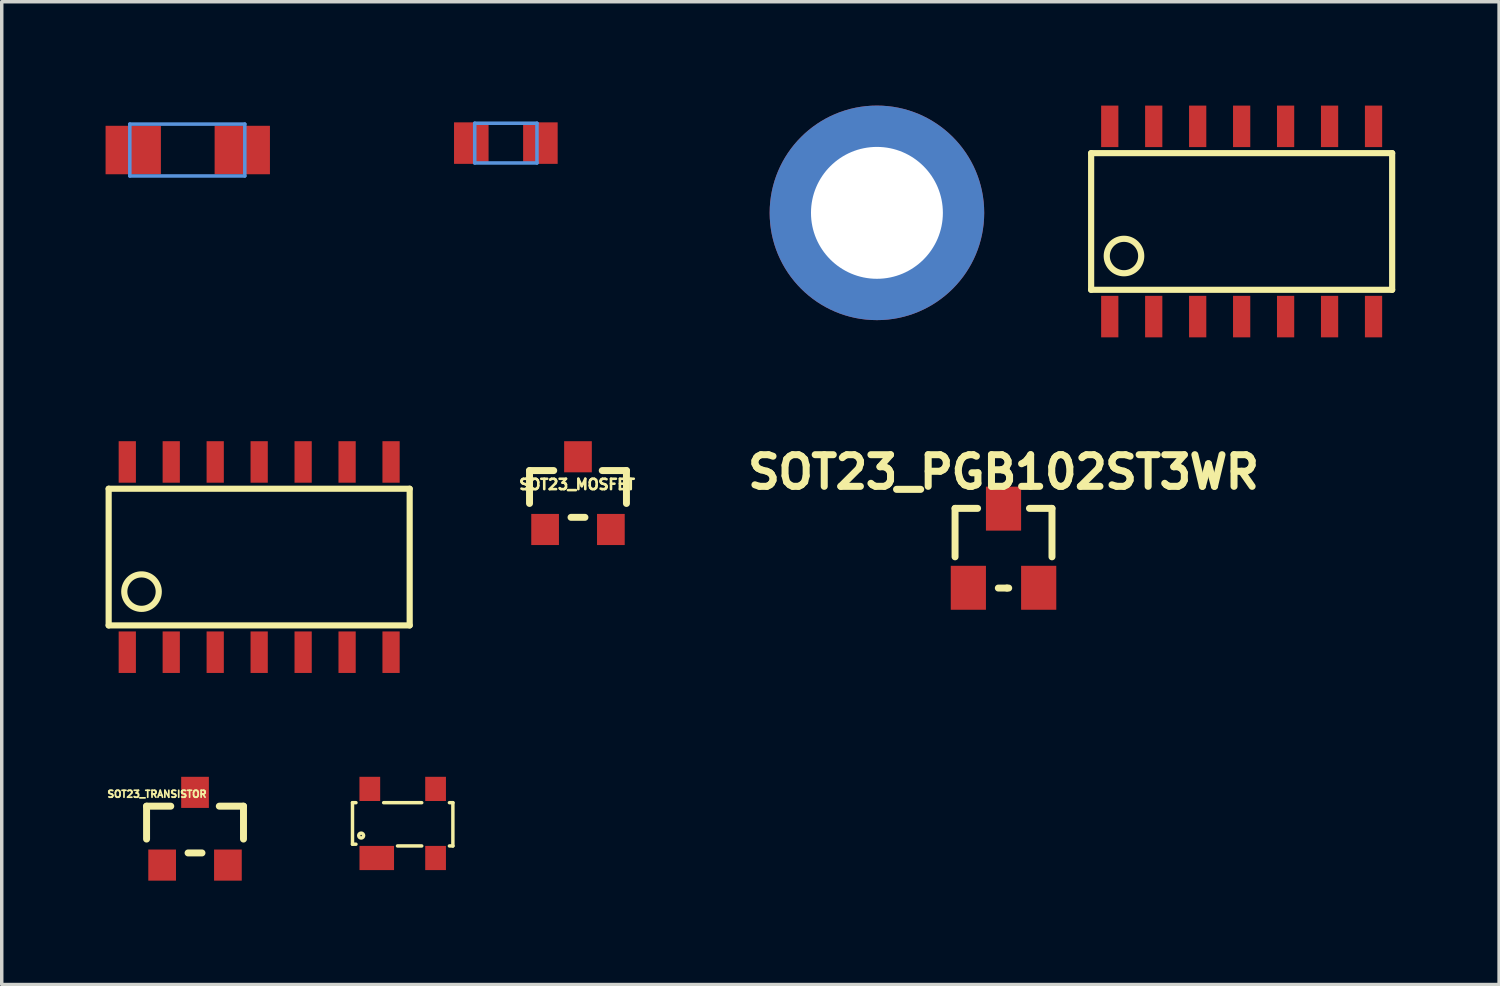
<source format=kicad_pcb>
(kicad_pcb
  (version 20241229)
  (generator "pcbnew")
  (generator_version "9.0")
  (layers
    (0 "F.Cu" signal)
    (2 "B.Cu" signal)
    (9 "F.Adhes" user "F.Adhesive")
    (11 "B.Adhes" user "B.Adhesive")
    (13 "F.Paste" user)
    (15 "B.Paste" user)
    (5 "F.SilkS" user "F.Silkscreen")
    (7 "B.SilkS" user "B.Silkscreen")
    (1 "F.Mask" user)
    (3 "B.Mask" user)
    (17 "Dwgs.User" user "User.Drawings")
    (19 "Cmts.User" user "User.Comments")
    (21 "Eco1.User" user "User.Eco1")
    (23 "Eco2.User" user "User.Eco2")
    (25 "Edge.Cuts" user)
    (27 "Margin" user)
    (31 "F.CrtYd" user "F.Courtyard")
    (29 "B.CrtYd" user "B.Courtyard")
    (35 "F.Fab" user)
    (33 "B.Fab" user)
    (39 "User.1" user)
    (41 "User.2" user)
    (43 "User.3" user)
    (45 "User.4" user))
  (footprint "SO14_4mm"
    (layer "F.Cu")
    (at 32.819 3.348)
    (property "Reference" "SO14_4mm" (at 0 -0.75 0) (layer "Eco1.User") (effects (font (size 0.6 0.6) (thickness 0.1))))
    (attr through_hole)
    (fp_line (start -4.348 -1.974) (end 4.348 -1.974) (stroke (width 0.178) (type solid)) (layer "F.SilkS"))
    (fp_line (start -4.348 1.974) (end -4.348 -1.974) (stroke (width 0.178) (type solid)) (layer "F.SilkS"))
    (fp_line (start 4.348 -1.974) (end 4.348 1.974) (stroke (width 0.178) (type solid)) (layer "F.SilkS"))
    (fp_line (start 4.348 1.974) (end -4.348 1.974) (stroke (width 0.178) (type solid)) (layer "F.SilkS"))
    (fp_circle (center -3.399 0.998) (end -2.901 0.998) (stroke (width 0.178) (type solid)) (fill no) (layer "F.SilkS"))
    (pad "1" smd rect (at -3.81 2.748 180) (size 0.498 1.199) (layers "F.Cu" "F.Mask" "F.Paste"))
    (pad "2" smd rect (at -2.54 2.748 180) (size 0.498 1.199) (layers "F.Cu" "F.Mask" "F.Paste"))
    (pad "3" smd rect (at -1.27 2.748 180) (size 0.498 1.199) (layers "F.Cu" "F.Mask" "F.Paste"))
    (pad "4" smd rect (at 0 2.748 180) (size 0.498 1.199) (layers "F.Cu" "F.Mask" "F.Paste"))
    (pad "5" smd rect (at 1.27 2.748 180) (size 0.498 1.199) (layers "F.Cu" "F.Mask" "F.Paste"))
    (pad "6" smd rect (at 2.54 2.748 180) (size 0.498 1.199) (layers "F.Cu" "F.Mask" "F.Paste"))
    (pad "7" smd rect (at 3.81 2.748 180) (size 0.498 1.199) (layers "F.Cu" "F.Mask" "F.Paste"))
    (pad "8" smd rect (at 3.81 -2.748) (size 0.498 1.199) (layers "F.Cu" "F.Mask" "F.Paste"))
    (pad "9" smd rect (at 2.54 -2.748) (size 0.498 1.199) (layers "F.Cu" "F.Mask" "F.Paste"))
    (pad "10" smd rect (at 1.27 -2.748) (size 0.498 1.199) (layers "F.Cu" "F.Mask" "F.Paste"))
    (pad "11" smd rect (at 0 -2.748) (size 0.498 1.199) (layers "F.Cu" "F.Mask" "F.Paste"))
    (pad "12" smd rect (at -1.27 -2.748) (size 0.498 1.199) (layers "F.Cu" "F.Mask" "F.Paste"))
    (pad "13" smd rect (at -2.54 -2.748) (size 0.498 1.199) (layers "F.Cu" "F.Mask" "F.Paste"))
    (pad "14" smd rect (at -3.81 -2.748) (size 0.498 1.199) (layers "F.Cu" "F.Mask" "F.Paste")))
  (footprint "SMTSO-256-ET"
    (layer "F.Cu")
    (at 22.283 3.099)
    (property "Reference" "SMTSO-256-ET" (at 0 0 0) (layer "Cmts.User") (effects (font (size 0.001 0.001) (thickness 0.000001))))
    (attr through_hole)
    (fp_arc (start -2.286 -1.016) (mid -1.770063 -1.767747) (end -1.018992 -2.284668) (stroke (width 1.016) (type solid)) (layer "F.Paste"))
    (fp_arc (start -1.016 2.286) (mid -1.767747 1.770063) (end -2.284668 1.018992) (stroke (width 1.016) (type solid)) (layer "F.Paste"))
    (fp_arc (start 1.016 -2.286) (mid 1.767747 -1.770063) (end 2.284668 -1.018992) (stroke (width 1.016) (type solid)) (layer "F.Paste"))
    (fp_arc (start 2.286 1.016) (mid 1.770063 1.767747) (end 1.018992 2.284668) (stroke (width 1.016) (type solid)) (layer "F.Paste"))
    (fp_circle (center 0 0) (end 1.016 0) (stroke (width 0.127) (type solid)) (fill no) (layer "Cmts.User"))
    (pad "P$1" thru_hole oval (at 0 0) (size 6.198 6.198) (drill 3.81) (layers "*.Cu" "*.Mask")))
  (footprint "SOT23_MOSFET"
    (layer "F.Cu")
    (at 13.647 11.245)
    (property "Reference" "SOT23_MOSFET" (at -0.025 -0.3 0) (layer "F.SilkS") (effects (font (size 0.3 0.3) (thickness 0.075))))
    (attr smd)
    (fp_line (start -1.4 -0.701) (end -1.4 0.249) (stroke (width 0.201) (type solid)) (layer "F.SilkS"))
    (fp_line (start -1.4 -0.701) (end -0.701 -0.701) (stroke (width 0.201) (type solid)) (layer "F.SilkS"))
    (fp_line (start -0.201 0.65) (end 0.201 0.65) (stroke (width 0.201) (type solid)) (layer "F.SilkS"))
    (fp_line (start 1.4 -0.701) (end 0.701 -0.701) (stroke (width 0.201) (type solid)) (layer "F.SilkS"))
    (fp_line (start 1.4 -0.701) (end 1.4 0.249) (stroke (width 0.201) (type solid)) (layer "F.SilkS"))
    (pad "D" smd rect (at 0 -1.1) (size 0.8 0.899) (layers "F.Cu" "F.Mask" "F.Paste"))
    (pad "G" smd rect (at -0.95 1.001) (size 0.8 0.899) (layers "F.Cu" "F.Mask" "F.Paste"))
    (pad "S" smd rect (at 0.95 1.001) (size 0.8 0.899) (layers "F.Cu" "F.Mask" "F.Paste")))
  (footprint "SOT143-R"
    (layer "F.Cu")
    (at 8.583 20.738)
    (property "Reference" "SOT143-R" (at -0.05 -0.9 0) (layer "Eco1.User") (effects (font (size 0.2 0.2) (thickness 0.05))))
    (attr through_hole)
    (fp_line (start -1.45 -0.6) (end -1.45 0.6) (stroke (width 0.1) (type solid)) (layer "F.SilkS"))
    (fp_line (start -1.45 0.6) (end -1.35 0.6) (stroke (width 0.1) (type solid)) (layer "F.SilkS"))
    (fp_line (start -1.35 -0.6) (end -1.45 -0.6) (stroke (width 0.1) (type solid)) (layer "F.SilkS"))
    (fp_line (start -0.55 -0.6) (end 0.55 -0.6) (stroke (width 0.1) (type solid)) (layer "F.SilkS"))
    (fp_line (start -0.15 0.65) (end 0.55 0.65) (stroke (width 0.1) (type solid)) (layer "F.SilkS"))
    (fp_line (start 1.35 -0.6) (end 1.45 -0.6) (stroke (width 0.1) (type solid)) (layer "F.SilkS"))
    (fp_line (start 1.45 -0.6) (end 1.45 0.65) (stroke (width 0.1) (type solid)) (layer "F.SilkS"))
    (fp_line (start 1.45 0.65) (end 1.35 0.65) (stroke (width 0.1) (type solid)) (layer "F.SilkS"))
    (fp_circle (center -1.2 0.35) (end -1.25 0.3) (stroke (width 0.1) (type solid)) (fill no) (layer "F.SilkS"))
    (pad "1" smd rect (at -0.749 0.998) (size 0.998 0.699) (layers "F.Cu" "F.Mask" "F.Paste"))
    (pad "2" smd rect (at 0.95 0.998) (size 0.599 0.699) (layers "F.Cu" "F.Mask" "F.Paste"))
    (pad "3" smd rect (at 0.95 -0.998) (size 0.599 0.699) (layers "F.Cu" "F.Mask" "F.Paste"))
    (pad "4" smd rect (at -0.95 -0.998) (size 0.599 0.699) (layers "F.Cu" "F.Mask" "F.Paste")))
  (footprint "SOP-14"
    (layer "F.Cu")
    (at 4.437 13.043)
    (property "Reference" "SOP-14" (at 0 0 0) (layer "Cmts.User") (effects (font (size 0.001 0.001) (thickness 0.000001))))
    (attr through_hole)
    (fp_line (start -4.348 -1.974) (end 4.348 -1.974) (stroke (width 0.178) (type solid)) (layer "F.SilkS"))
    (fp_line (start -4.348 1.974) (end -4.348 -1.974) (stroke (width 0.178) (type solid)) (layer "F.SilkS"))
    (fp_line (start 4.348 -1.974) (end 4.348 1.974) (stroke (width 0.178) (type solid)) (layer "F.SilkS"))
    (fp_line (start 4.348 1.974) (end -4.348 1.974) (stroke (width 0.178) (type solid)) (layer "F.SilkS"))
    (fp_circle (center -3.399 0.998) (end -2.901 0.998) (stroke (width 0.178) (type solid)) (fill no) (layer "F.SilkS"))
    (pad "1" smd rect (at -3.81 2.748 180) (size 0.498 1.199) (layers "F.Cu" "F.Mask" "F.Paste"))
    (pad "2" smd rect (at -2.54 2.748 180) (size 0.498 1.199) (layers "F.Cu" "F.Mask" "F.Paste"))
    (pad "3" smd rect (at -1.27 2.748 180) (size 0.498 1.199) (layers "F.Cu" "F.Mask" "F.Paste"))
    (pad "4" smd rect (at 0 2.748 180) (size 0.498 1.199) (layers "F.Cu" "F.Mask" "F.Paste"))
    (pad "5" smd rect (at 1.27 2.748 180) (size 0.498 1.199) (layers "F.Cu" "F.Mask" "F.Paste"))
    (pad "6" smd rect (at 2.54 2.748 180) (size 0.498 1.199) (layers "F.Cu" "F.Mask" "F.Paste"))
    (pad "7" smd rect (at 3.81 2.748 180) (size 0.498 1.199) (layers "F.Cu" "F.Mask" "F.Paste"))
    (pad "8" smd rect (at 3.81 -2.748) (size 0.498 1.199) (layers "F.Cu" "F.Mask" "F.Paste"))
    (pad "9" smd rect (at 2.54 -2.748) (size 0.498 1.199) (layers "F.Cu" "F.Mask" "F.Paste"))
    (pad "10" smd rect (at 1.27 -2.748) (size 0.498 1.199) (layers "F.Cu" "F.Mask" "F.Paste"))
    (pad "11" smd rect (at 0 -2.748) (size 0.498 1.199) (layers "F.Cu" "F.Mask" "F.Paste"))
    (pad "12" smd rect (at -1.27 -2.748) (size 0.498 1.199) (layers "F.Cu" "F.Mask" "F.Paste"))
    (pad "13" smd rect (at -2.54 -2.748) (size 0.498 1.199) (layers "F.Cu" "F.Mask" "F.Paste"))
    (pad "14" smd rect (at -3.81 -2.748) (size 0.498 1.199) (layers "F.Cu" "F.Mask" "F.Paste")))
  (footprint "SMC_P"
    (layer "F.Cu")
    (at 2.374 1.284)
    (property "Reference" "SMC_P" (at 1.542 -0.363 0) (layer "Eco1.User") (effects (font (size 1.27 1.27) (thickness 0.102))))
    (attr through_hole)
    (fp_line (start -1.674 -0.749) (end -1.674 0.749) (stroke (width 0.102) (type solid)) (layer "Cmts.User"))
    (fp_line (start -1.674 -0.749) (end 1.648 -0.749) (stroke (width 0.102) (type solid)) (layer "Cmts.User"))
    (fp_line (start 1.648 0.749) (end -1.674 0.749) (stroke (width 0.102) (type solid)) (layer "Cmts.User"))
    (fp_line (start 1.648 0.749) (end 1.648 -0.749) (stroke (width 0.102) (type solid)) (layer "Cmts.User"))
    (pad "+" smd rect (at -1.575 0) (size 1.598 1.4) (layers "F.Cu" "F.Mask" "F.Paste"))
    (pad "-" smd rect (at 1.575 0 180) (size 1.598 1.4) (layers "F.Cu" "F.Mask" "F.Paste")))
  (footprint "SOT23_TRANSISTOR"
    (layer "F.Cu")
    (at 2.584 20.94)
    (property "Reference" "SOT23_TRANSISTOR" (at -1.1 -1.05 0) (layer "F.SilkS") (effects (font (size 0.2 0.2) (thickness 0.05))))
    (attr smd)
    (fp_line (start -1.4 -0.701) (end -1.4 0.249) (stroke (width 0.201) (type solid)) (layer "F.SilkS"))
    (fp_line (start -1.4 -0.701) (end -0.701 -0.701) (stroke (width 0.201) (type solid)) (layer "F.SilkS"))
    (fp_line (start -0.201 0.65) (end 0.201 0.65) (stroke (width 0.201) (type solid)) (layer "F.SilkS"))
    (fp_line (start 1.4 -0.701) (end 0.701 -0.701) (stroke (width 0.201) (type solid)) (layer "F.SilkS"))
    (fp_line (start 1.4 -0.701) (end 1.4 0.249) (stroke (width 0.201) (type solid)) (layer "F.SilkS"))
    (pad "B" smd rect (at -0.95 1.001) (size 0.8 0.899) (layers "F.Cu" "F.Mask" "F.Paste"))
    (pad "E" smd rect (at 0.95 1.001) (size 0.8 0.899) (layers "F.Cu" "F.Mask" "F.Paste"))
    (pad "K" smd rect (at 0 -1.1) (size 0.8 0.899) (layers "F.Cu" "F.Mask" "F.Paste")))
  (footprint "SOT23_PGB102ST3WR"
    (layer "F.Cu")
    (at 25.94 12.787)
    (property "Reference" "SOT23_PGB102ST3WR" (at 0 -2.2 0) (layer "F.SilkS") (effects (font (size 0.914 0.914) (thickness 0.203))))
    (attr smd)
    (fp_line (start -1.4 -1.151) (end -1.4 0.249) (stroke (width 0.201) (type solid)) (layer "F.SilkS"))
    (fp_line (start -1.4 -1.151) (end -0.749 -1.151) (stroke (width 0.201) (type solid)) (layer "F.SilkS"))
    (fp_line (start -0.15 1.151) (end 0.099 1.151) (stroke (width 0.201) (type solid)) (layer "F.SilkS"))
    (fp_line (start 0.099 1.151) (end 0.15 1.151) (stroke (width 0.201) (type solid)) (layer "F.SilkS"))
    (fp_line (start 1.4 -1.151) (end 0.749 -1.151) (stroke (width 0.201) (type solid)) (layer "F.SilkS"))
    (fp_line (start 1.4 -1.151) (end 1.4 0.249) (stroke (width 0.201) (type solid)) (layer "F.SilkS"))
    (pad "A" smd rect (at 0 -1.143) (size 1.016 1.27) (layers "F.Cu" "F.Mask" "F.Paste"))
    (pad "K1" smd rect (at 1.016 1.143) (size 1.016 1.27) (layers "F.Cu" "F.Mask" "F.Paste"))
    (pad "K2" smd rect (at -1.016 1.143) (size 1.016 1.27) (layers "F.Cu" "F.Mask" "F.Paste")))
  (footprint "SMC_Z"
    (layer "F.Cu")
    (at 11.563 1.084)
    (property "Reference" "SMC_Z" (at 1.542 -0.163 0) (layer "Eco1.User") (effects (font (size 1.27 1.27) (thickness 0.102))))
    (attr through_hole)
    (fp_line (start -0.899 -0.574) (end -0.899 0.574) (stroke (width 0.102) (type solid)) (layer "Cmts.User"))
    (fp_line (start -0.899 -0.574) (end 0.899 -0.574) (stroke (width 0.102) (type solid)) (layer "Cmts.User"))
    (fp_line (start 0.899 0.574) (end -0.899 0.574) (stroke (width 0.102) (type solid)) (layer "Cmts.User"))
    (fp_line (start 0.899 0.574) (end 0.899 -0.574) (stroke (width 0.102) (type solid)) (layer "Cmts.User"))
    (pad "+" smd rect (at -0.998 0) (size 0.998 1.199) (layers "F.Cu" "F.Mask" "F.Paste"))
    (pad "-" smd rect (at 0.998 0) (size 0.998 1.199) (layers "F.Cu" "F.Mask" "F.Paste")))
  (gr_rect
    (start -3 -3)
    (end 40.256 25.391)
    (stroke (width 0.1) (type default))
    (fill no)
    (layer "Edge.Cuts")))
</source>
